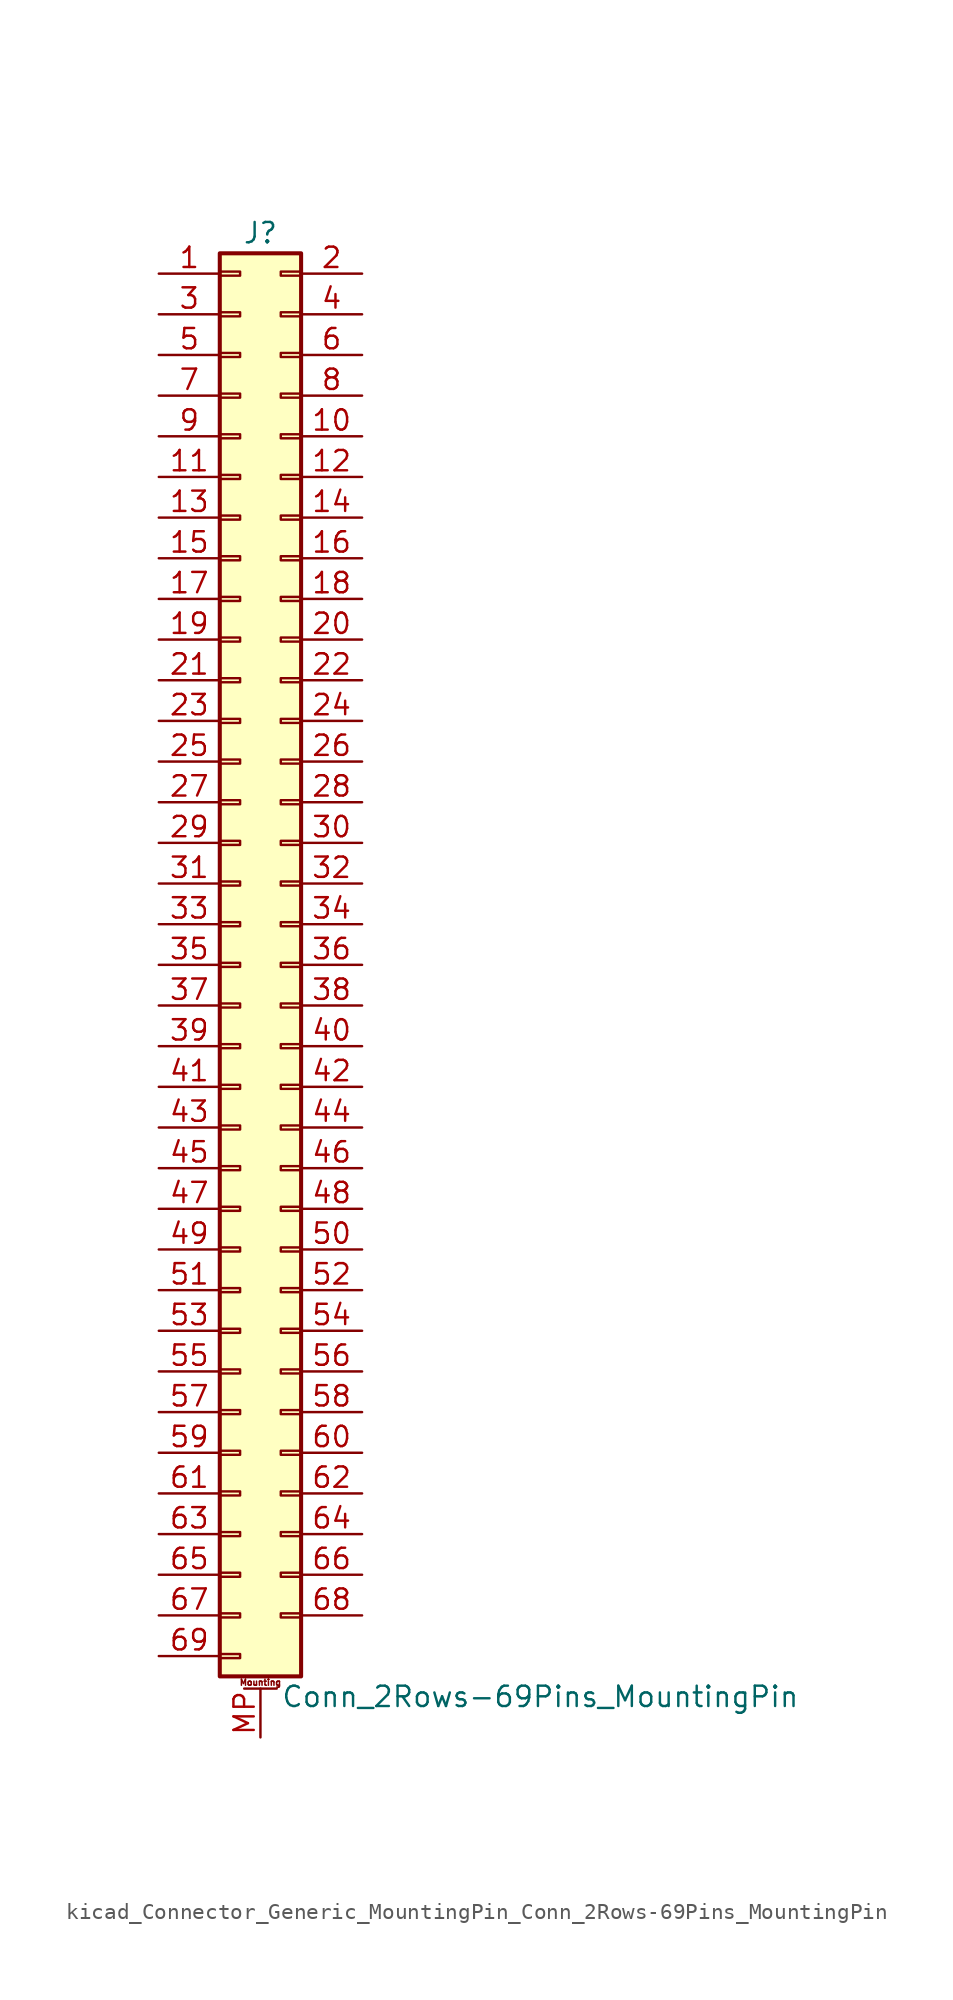
<source format=kicad_sym>
(kicad_symbol_lib
  (version 20220914)
  (generator kicad_symbol_editor)
  (symbol "kicad_Connector_Generic_MountingPin_Conn_2Rows-69Pins_MountingPin"
    (pin_names
      (offset 1.016) hide)
    (property "Reference" "J"
      (at 1.27 45.72 0)
      (effects (font (size 1.27 1.27))))
    (property "Value" "Conn_2Rows-69Pins_MountingPin"
      (at 2.54 -45.72 0)
      (effects (font (size 1.27 1.27)) (justify left)))
    (symbol "kicad_Connector_Generic_MountingPin_Conn_2Rows-69Pins_MountingPin_1_1"
      (rectangle (start -1.27 -43.053) (end 0 -43.307) (stroke (width 0.152) (type default)) (fill (type none)))
      (rectangle (start -1.27 -40.513) (end 0 -40.767) (stroke (width 0.152) (type default)) (fill (type none)))
      (rectangle (start -1.27 -37.973) (end 0 -38.227) (stroke (width 0.152) (type default)) (fill (type none)))
      (rectangle (start -1.27 -35.433) (end 0 -35.687) (stroke (width 0.152) (type default)) (fill (type none)))
      (rectangle (start -1.27 -32.893) (end 0 -33.147) (stroke (width 0.152) (type default)) (fill (type none)))
      (rectangle (start -1.27 -30.353) (end 0 -30.607) (stroke (width 0.152) (type default)) (fill (type none)))
      (rectangle (start -1.27 -27.813) (end 0 -28.067) (stroke (width 0.152) (type default)) (fill (type none)))
      (rectangle (start -1.27 -25.273) (end 0 -25.527) (stroke (width 0.152) (type default)) (fill (type none)))
      (rectangle (start -1.27 -22.733) (end 0 -22.987) (stroke (width 0.152) (type default)) (fill (type none)))
      (rectangle (start -1.27 -20.193) (end 0 -20.447) (stroke (width 0.152) (type default)) (fill (type none)))
      (rectangle (start -1.27 -17.653) (end 0 -17.907) (stroke (width 0.152) (type default)) (fill (type none)))
      (rectangle (start -1.27 -15.113) (end 0 -15.367) (stroke (width 0.152) (type default)) (fill (type none)))
      (rectangle (start -1.27 -12.573) (end 0 -12.827) (stroke (width 0.152) (type default)) (fill (type none)))
      (rectangle (start -1.27 -10.033) (end 0 -10.287) (stroke (width 0.152) (type default)) (fill (type none)))
      (rectangle (start -1.27 -7.493) (end 0 -7.747) (stroke (width 0.152) (type default)) (fill (type none)))
      (rectangle (start -1.27 -4.953) (end 0 -5.207) (stroke (width 0.152) (type default)) (fill (type none)))
      (rectangle (start -1.27 -2.413) (end 0 -2.667) (stroke (width 0.152) (type default)) (fill (type none)))
      (rectangle (start -1.27 0.127) (end 0 -0.127) (stroke (width 0.152) (type default)) (fill (type none)))
      (rectangle (start -1.27 2.667) (end 0 2.413) (stroke (width 0.152) (type default)) (fill (type none)))
      (rectangle (start -1.27 5.207) (end 0 4.953) (stroke (width 0.152) (type default)) (fill (type none)))
      (rectangle (start -1.27 7.747) (end 0 7.493) (stroke (width 0.152) (type default)) (fill (type none)))
      (rectangle (start -1.27 10.287) (end 0 10.033) (stroke (width 0.152) (type default)) (fill (type none)))
      (rectangle (start -1.27 12.827) (end 0 12.573) (stroke (width 0.152) (type default)) (fill (type none)))
      (rectangle (start -1.27 15.367) (end 0 15.113) (stroke (width 0.152) (type default)) (fill (type none)))
      (rectangle (start -1.27 17.907) (end 0 17.653) (stroke (width 0.152) (type default)) (fill (type none)))
      (rectangle (start -1.27 20.447) (end 0 20.193) (stroke (width 0.152) (type default)) (fill (type none)))
      (rectangle (start -1.27 22.987) (end 0 22.733) (stroke (width 0.152) (type default)) (fill (type none)))
      (rectangle (start -1.27 25.527) (end 0 25.273) (stroke (width 0.152) (type default)) (fill (type none)))
      (rectangle (start -1.27 28.067) (end 0 27.813) (stroke (width 0.152) (type default)) (fill (type none)))
      (rectangle (start -1.27 30.607) (end 0 30.353) (stroke (width 0.152) (type default)) (fill (type none)))
      (rectangle (start -1.27 33.147) (end 0 32.893) (stroke (width 0.152) (type default)) (fill (type none)))
      (rectangle (start -1.27 35.687) (end 0 35.433) (stroke (width 0.152) (type default)) (fill (type none)))
      (rectangle (start -1.27 38.227) (end 0 37.973) (stroke (width 0.152) (type default)) (fill (type none)))
      (rectangle (start -1.27 40.767) (end 0 40.513) (stroke (width 0.152) (type default)) (fill (type none)))
      (rectangle (start -1.27 43.307) (end 0 43.053) (stroke (width 0.152) (type default)) (fill (type none)))
      (rectangle (start -1.27 44.45) (end 3.81 -44.45) (stroke (width 0.254) (type default)) (fill (type background)))
      (polyline (pts (xy 0.254 -45.212) (xy 2.286 -45.212)) (stroke (width 0.152) (type default)) (fill (type none)))
      (rectangle (start 3.81 -40.513) (end 2.54 -40.767) (stroke (width 0.152) (type default)) (fill (type none)))
      (rectangle (start 3.81 -37.973) (end 2.54 -38.227) (stroke (width 0.152) (type default)) (fill (type none)))
      (rectangle (start 3.81 -35.433) (end 2.54 -35.687) (stroke (width 0.152) (type default)) (fill (type none)))
      (rectangle (start 3.81 -32.893) (end 2.54 -33.147) (stroke (width 0.152) (type default)) (fill (type none)))
      (rectangle (start 3.81 -30.353) (end 2.54 -30.607) (stroke (width 0.152) (type default)) (fill (type none)))
      (rectangle (start 3.81 -27.813) (end 2.54 -28.067) (stroke (width 0.152) (type default)) (fill (type none)))
      (rectangle (start 3.81 -25.273) (end 2.54 -25.527) (stroke (width 0.152) (type default)) (fill (type none)))
      (rectangle (start 3.81 -22.733) (end 2.54 -22.987) (stroke (width 0.152) (type default)) (fill (type none)))
      (rectangle (start 3.81 -20.193) (end 2.54 -20.447) (stroke (width 0.152) (type default)) (fill (type none)))
      (rectangle (start 3.81 -17.653) (end 2.54 -17.907) (stroke (width 0.152) (type default)) (fill (type none)))
      (rectangle (start 3.81 -15.113) (end 2.54 -15.367) (stroke (width 0.152) (type default)) (fill (type none)))
      (rectangle (start 3.81 -12.573) (end 2.54 -12.827) (stroke (width 0.152) (type default)) (fill (type none)))
      (rectangle (start 3.81 -10.033) (end 2.54 -10.287) (stroke (width 0.152) (type default)) (fill (type none)))
      (rectangle (start 3.81 -7.493) (end 2.54 -7.747) (stroke (width 0.152) (type default)) (fill (type none)))
      (rectangle (start 3.81 -4.953) (end 2.54 -5.207) (stroke (width 0.152) (type default)) (fill (type none)))
      (rectangle (start 3.81 -2.413) (end 2.54 -2.667) (stroke (width 0.152) (type default)) (fill (type none)))
      (rectangle (start 3.81 0.127) (end 2.54 -0.127) (stroke (width 0.152) (type default)) (fill (type none)))
      (rectangle (start 3.81 2.667) (end 2.54 2.413) (stroke (width 0.152) (type default)) (fill (type none)))
      (rectangle (start 3.81 5.207) (end 2.54 4.953) (stroke (width 0.152) (type default)) (fill (type none)))
      (rectangle (start 3.81 7.747) (end 2.54 7.493) (stroke (width 0.152) (type default)) (fill (type none)))
      (rectangle (start 3.81 10.287) (end 2.54 10.033) (stroke (width 0.152) (type default)) (fill (type none)))
      (rectangle (start 3.81 12.827) (end 2.54 12.573) (stroke (width 0.152) (type default)) (fill (type none)))
      (rectangle (start 3.81 15.367) (end 2.54 15.113) (stroke (width 0.152) (type default)) (fill (type none)))
      (rectangle (start 3.81 17.907) (end 2.54 17.653) (stroke (width 0.152) (type default)) (fill (type none)))
      (rectangle (start 3.81 20.447) (end 2.54 20.193) (stroke (width 0.152) (type default)) (fill (type none)))
      (rectangle (start 3.81 22.987) (end 2.54 22.733) (stroke (width 0.152) (type default)) (fill (type none)))
      (rectangle (start 3.81 25.527) (end 2.54 25.273) (stroke (width 0.152) (type default)) (fill (type none)))
      (rectangle (start 3.81 28.067) (end 2.54 27.813) (stroke (width 0.152) (type default)) (fill (type none)))
      (rectangle (start 3.81 30.607) (end 2.54 30.353) (stroke (width 0.152) (type default)) (fill (type none)))
      (rectangle (start 3.81 33.147) (end 2.54 32.893) (stroke (width 0.152) (type default)) (fill (type none)))
      (rectangle (start 3.81 35.687) (end 2.54 35.433) (stroke (width 0.152) (type default)) (fill (type none)))
      (rectangle (start 3.81 38.227) (end 2.54 37.973) (stroke (width 0.152) (type default)) (fill (type none)))
      (rectangle (start 3.81 40.767) (end 2.54 40.513) (stroke (width 0.152) (type default)) (fill (type none)))
      (rectangle (start 3.81 43.307) (end 2.54 43.053) (stroke (width 0.152) (type default)) (fill (type none)))
      (text "Mounting" (at 1.27 -44.831 0) (effects (font (size 0.381 0.381))))
      (pin passive line (at -5.08 43.18 0) (length 3.81) (name "Pin_1" (effects (font (size 1.27 1.27)))) (number "1" (effects (font (size 1.27 1.27)))))
      (pin passive line (at 7.62 33.02 180) (length 3.81) (name "Pin_10" (effects (font (size 1.27 1.27)))) (number "10" (effects (font (size 1.27 1.27)))))
      (pin passive line (at -5.08 30.48 0) (length 3.81) (name "Pin_11" (effects (font (size 1.27 1.27)))) (number "11" (effects (font (size 1.27 1.27)))))
      (pin passive line (at 7.62 30.48 180) (length 3.81) (name "Pin_12" (effects (font (size 1.27 1.27)))) (number "12" (effects (font (size 1.27 1.27)))))
      (pin passive line (at -5.08 27.94 0) (length 3.81) (name "Pin_13" (effects (font (size 1.27 1.27)))) (number "13" (effects (font (size 1.27 1.27)))))
      (pin passive line (at 7.62 27.94 180) (length 3.81) (name "Pin_14" (effects (font (size 1.27 1.27)))) (number "14" (effects (font (size 1.27 1.27)))))
      (pin passive line (at -5.08 25.4 0) (length 3.81) (name "Pin_15" (effects (font (size 1.27 1.27)))) (number "15" (effects (font (size 1.27 1.27)))))
      (pin passive line (at 7.62 25.4 180) (length 3.81) (name "Pin_16" (effects (font (size 1.27 1.27)))) (number "16" (effects (font (size 1.27 1.27)))))
      (pin passive line (at -5.08 22.86 0) (length 3.81) (name "Pin_17" (effects (font (size 1.27 1.27)))) (number "17" (effects (font (size 1.27 1.27)))))
      (pin passive line (at 7.62 22.86 180) (length 3.81) (name "Pin_18" (effects (font (size 1.27 1.27)))) (number "18" (effects (font (size 1.27 1.27)))))
      (pin passive line (at -5.08 20.32 0) (length 3.81) (name "Pin_19" (effects (font (size 1.27 1.27)))) (number "19" (effects (font (size 1.27 1.27)))))
      (pin passive line (at 7.62 43.18 180) (length 3.81) (name "Pin_2" (effects (font (size 1.27 1.27)))) (number "2" (effects (font (size 1.27 1.27)))))
      (pin passive line (at 7.62 20.32 180) (length 3.81) (name "Pin_20" (effects (font (size 1.27 1.27)))) (number "20" (effects (font (size 1.27 1.27)))))
      (pin passive line (at -5.08 17.78 0) (length 3.81) (name "Pin_21" (effects (font (size 1.27 1.27)))) (number "21" (effects (font (size 1.27 1.27)))))
      (pin passive line (at 7.62 17.78 180) (length 3.81) (name "Pin_22" (effects (font (size 1.27 1.27)))) (number "22" (effects (font (size 1.27 1.27)))))
      (pin passive line (at -5.08 15.24 0) (length 3.81) (name "Pin_23" (effects (font (size 1.27 1.27)))) (number "23" (effects (font (size 1.27 1.27)))))
      (pin passive line (at 7.62 15.24 180) (length 3.81) (name "Pin_24" (effects (font (size 1.27 1.27)))) (number "24" (effects (font (size 1.27 1.27)))))
      (pin passive line (at -5.08 12.7 0) (length 3.81) (name "Pin_25" (effects (font (size 1.27 1.27)))) (number "25" (effects (font (size 1.27 1.27)))))
      (pin passive line (at 7.62 12.7 180) (length 3.81) (name "Pin_26" (effects (font (size 1.27 1.27)))) (number "26" (effects (font (size 1.27 1.27)))))
      (pin passive line (at -5.08 10.16 0) (length 3.81) (name "Pin_27" (effects (font (size 1.27 1.27)))) (number "27" (effects (font (size 1.27 1.27)))))
      (pin passive line (at 7.62 10.16 180) (length 3.81) (name "Pin_28" (effects (font (size 1.27 1.27)))) (number "28" (effects (font (size 1.27 1.27)))))
      (pin passive line (at -5.08 7.62 0) (length 3.81) (name "Pin_29" (effects (font (size 1.27 1.27)))) (number "29" (effects (font (size 1.27 1.27)))))
      (pin passive line (at -5.08 40.64 0) (length 3.81) (name "Pin_3" (effects (font (size 1.27 1.27)))) (number "3" (effects (font (size 1.27 1.27)))))
      (pin passive line (at 7.62 7.62 180) (length 3.81) (name "Pin_30" (effects (font (size 1.27 1.27)))) (number "30" (effects (font (size 1.27 1.27)))))
      (pin passive line (at -5.08 5.08 0) (length 3.81) (name "Pin_31" (effects (font (size 1.27 1.27)))) (number "31" (effects (font (size 1.27 1.27)))))
      (pin passive line (at 7.62 5.08 180) (length 3.81) (name "Pin_32" (effects (font (size 1.27 1.27)))) (number "32" (effects (font (size 1.27 1.27)))))
      (pin passive line (at -5.08 2.54 0) (length 3.81) (name "Pin_33" (effects (font (size 1.27 1.27)))) (number "33" (effects (font (size 1.27 1.27)))))
      (pin passive line (at 7.62 2.54 180) (length 3.81) (name "Pin_34" (effects (font (size 1.27 1.27)))) (number "34" (effects (font (size 1.27 1.27)))))
      (pin passive line (at -5.08 0 0) (length 3.81) (name "Pin_35" (effects (font (size 1.27 1.27)))) (number "35" (effects (font (size 1.27 1.27)))))
      (pin passive line (at 7.62 0 180) (length 3.81) (name "Pin_36" (effects (font (size 1.27 1.27)))) (number "36" (effects (font (size 1.27 1.27)))))
      (pin passive line (at -5.08 -2.54 0) (length 3.81) (name "Pin_37" (effects (font (size 1.27 1.27)))) (number "37" (effects (font (size 1.27 1.27)))))
      (pin passive line (at 7.62 -2.54 180) (length 3.81) (name "Pin_38" (effects (font (size 1.27 1.27)))) (number "38" (effects (font (size 1.27 1.27)))))
      (pin passive line (at -5.08 -5.08 0) (length 3.81) (name "Pin_39" (effects (font (size 1.27 1.27)))) (number "39" (effects (font (size 1.27 1.27)))))
      (pin passive line (at 7.62 40.64 180) (length 3.81) (name "Pin_4" (effects (font (size 1.27 1.27)))) (number "4" (effects (font (size 1.27 1.27)))))
      (pin passive line (at 7.62 -5.08 180) (length 3.81) (name "Pin_40" (effects (font (size 1.27 1.27)))) (number "40" (effects (font (size 1.27 1.27)))))
      (pin passive line (at -5.08 -7.62 0) (length 3.81) (name "Pin_41" (effects (font (size 1.27 1.27)))) (number "41" (effects (font (size 1.27 1.27)))))
      (pin passive line (at 7.62 -7.62 180) (length 3.81) (name "Pin_42" (effects (font (size 1.27 1.27)))) (number "42" (effects (font (size 1.27 1.27)))))
      (pin passive line (at -5.08 -10.16 0) (length 3.81) (name "Pin_43" (effects (font (size 1.27 1.27)))) (number "43" (effects (font (size 1.27 1.27)))))
      (pin passive line (at 7.62 -10.16 180) (length 3.81) (name "Pin_44" (effects (font (size 1.27 1.27)))) (number "44" (effects (font (size 1.27 1.27)))))
      (pin passive line (at -5.08 -12.7 0) (length 3.81) (name "Pin_45" (effects (font (size 1.27 1.27)))) (number "45" (effects (font (size 1.27 1.27)))))
      (pin passive line (at 7.62 -12.7 180) (length 3.81) (name "Pin_46" (effects (font (size 1.27 1.27)))) (number "46" (effects (font (size 1.27 1.27)))))
      (pin passive line (at -5.08 -15.24 0) (length 3.81) (name "Pin_47" (effects (font (size 1.27 1.27)))) (number "47" (effects (font (size 1.27 1.27)))))
      (pin passive line (at 7.62 -15.24 180) (length 3.81) (name "Pin_48" (effects (font (size 1.27 1.27)))) (number "48" (effects (font (size 1.27 1.27)))))
      (pin passive line (at -5.08 -17.78 0) (length 3.81) (name "Pin_49" (effects (font (size 1.27 1.27)))) (number "49" (effects (font (size 1.27 1.27)))))
      (pin passive line (at -5.08 38.1 0) (length 3.81) (name "Pin_5" (effects (font (size 1.27 1.27)))) (number "5" (effects (font (size 1.27 1.27)))))
      (pin passive line (at 7.62 -17.78 180) (length 3.81) (name "Pin_50" (effects (font (size 1.27 1.27)))) (number "50" (effects (font (size 1.27 1.27)))))
      (pin passive line (at -5.08 -20.32 0) (length 3.81) (name "Pin_51" (effects (font (size 1.27 1.27)))) (number "51" (effects (font (size 1.27 1.27)))))
      (pin passive line (at 7.62 -20.32 180) (length 3.81) (name "Pin_52" (effects (font (size 1.27 1.27)))) (number "52" (effects (font (size 1.27 1.27)))))
      (pin passive line (at -5.08 -22.86 0) (length 3.81) (name "Pin_53" (effects (font (size 1.27 1.27)))) (number "53" (effects (font (size 1.27 1.27)))))
      (pin passive line (at 7.62 -22.86 180) (length 3.81) (name "Pin_54" (effects (font (size 1.27 1.27)))) (number "54" (effects (font (size 1.27 1.27)))))
      (pin passive line (at -5.08 -25.4 0) (length 3.81) (name "Pin_55" (effects (font (size 1.27 1.27)))) (number "55" (effects (font (size 1.27 1.27)))))
      (pin passive line (at 7.62 -25.4 180) (length 3.81) (name "Pin_56" (effects (font (size 1.27 1.27)))) (number "56" (effects (font (size 1.27 1.27)))))
      (pin passive line (at -5.08 -27.94 0) (length 3.81) (name "Pin_57" (effects (font (size 1.27 1.27)))) (number "57" (effects (font (size 1.27 1.27)))))
      (pin passive line (at 7.62 -27.94 180) (length 3.81) (name "Pin_58" (effects (font (size 1.27 1.27)))) (number "58" (effects (font (size 1.27 1.27)))))
      (pin passive line (at -5.08 -30.48 0) (length 3.81) (name "Pin_59" (effects (font (size 1.27 1.27)))) (number "59" (effects (font (size 1.27 1.27)))))
      (pin passive line (at 7.62 38.1 180) (length 3.81) (name "Pin_6" (effects (font (size 1.27 1.27)))) (number "6" (effects (font (size 1.27 1.27)))))
      (pin passive line (at 7.62 -30.48 180) (length 3.81) (name "Pin_60" (effects (font (size 1.27 1.27)))) (number "60" (effects (font (size 1.27 1.27)))))
      (pin passive line (at -5.08 -33.02 0) (length 3.81) (name "Pin_61" (effects (font (size 1.27 1.27)))) (number "61" (effects (font (size 1.27 1.27)))))
      (pin passive line (at 7.62 -33.02 180) (length 3.81) (name "Pin_62" (effects (font (size 1.27 1.27)))) (number "62" (effects (font (size 1.27 1.27)))))
      (pin passive line (at -5.08 -35.56 0) (length 3.81) (name "Pin_63" (effects (font (size 1.27 1.27)))) (number "63" (effects (font (size 1.27 1.27)))))
      (pin passive line (at 7.62 -35.56 180) (length 3.81) (name "Pin_64" (effects (font (size 1.27 1.27)))) (number "64" (effects (font (size 1.27 1.27)))))
      (pin passive line (at -5.08 -38.1 0) (length 3.81) (name "Pin_65" (effects (font (size 1.27 1.27)))) (number "65" (effects (font (size 1.27 1.27)))))
      (pin passive line (at 7.62 -38.1 180) (length 3.81) (name "Pin_66" (effects (font (size 1.27 1.27)))) (number "66" (effects (font (size 1.27 1.27)))))
      (pin passive line (at -5.08 -40.64 0) (length 3.81) (name "Pin_67" (effects (font (size 1.27 1.27)))) (number "67" (effects (font (size 1.27 1.27)))))
      (pin passive line (at 7.62 -40.64 180) (length 3.81) (name "Pin_68" (effects (font (size 1.27 1.27)))) (number "68" (effects (font (size 1.27 1.27)))))
      (pin passive line (at -5.08 -43.18 0) (length 3.81) (name "Pin_69" (effects (font (size 1.27 1.27)))) (number "69" (effects (font (size 1.27 1.27)))))
      (pin passive line (at -5.08 35.56 0) (length 3.81) (name "Pin_7" (effects (font (size 1.27 1.27)))) (number "7" (effects (font (size 1.27 1.27)))))
      (pin passive line (at 7.62 35.56 180) (length 3.81) (name "Pin_8" (effects (font (size 1.27 1.27)))) (number "8" (effects (font (size 1.27 1.27)))))
      (pin passive line (at -5.08 33.02 0) (length 3.81) (name "Pin_9" (effects (font (size 1.27 1.27)))) (number "9" (effects (font (size 1.27 1.27)))))
      (pin passive line (at 1.27 -48.26 90) (length 3.048) (name "MountPin" (effects (font (size 1.27 1.27)))) (number "MP" (effects (font (size 1.27 1.27))))))))
</source>
